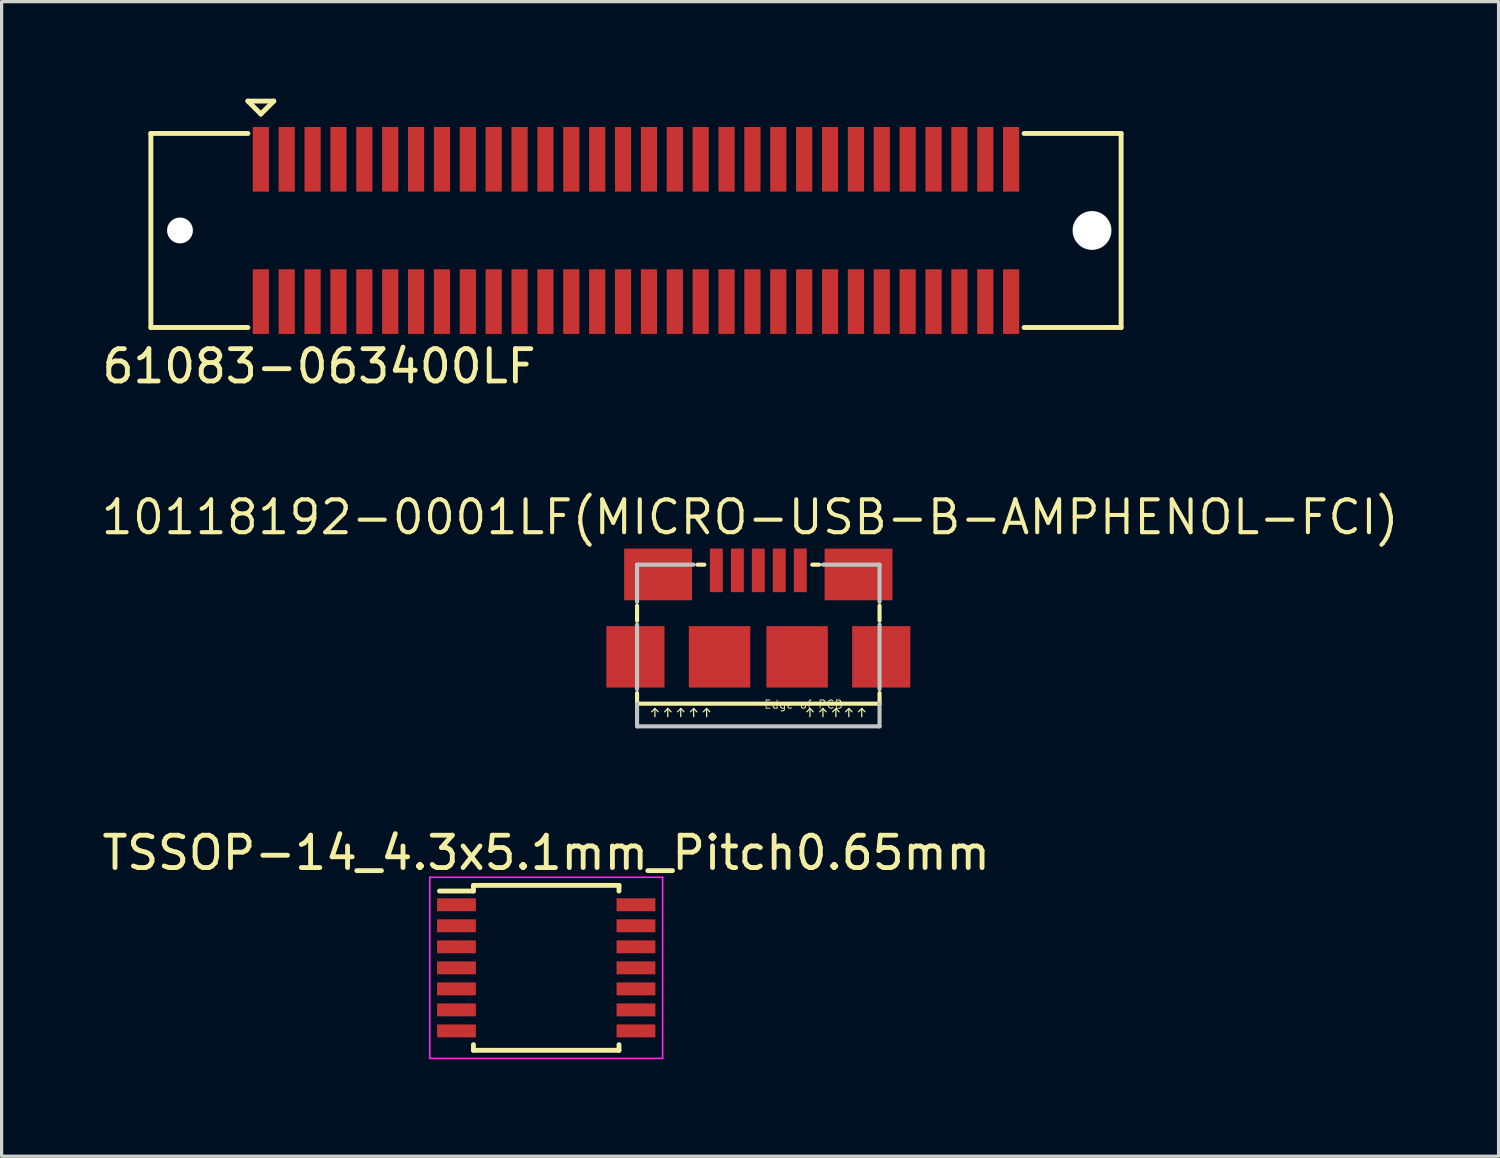
<source format=kicad_pcb>
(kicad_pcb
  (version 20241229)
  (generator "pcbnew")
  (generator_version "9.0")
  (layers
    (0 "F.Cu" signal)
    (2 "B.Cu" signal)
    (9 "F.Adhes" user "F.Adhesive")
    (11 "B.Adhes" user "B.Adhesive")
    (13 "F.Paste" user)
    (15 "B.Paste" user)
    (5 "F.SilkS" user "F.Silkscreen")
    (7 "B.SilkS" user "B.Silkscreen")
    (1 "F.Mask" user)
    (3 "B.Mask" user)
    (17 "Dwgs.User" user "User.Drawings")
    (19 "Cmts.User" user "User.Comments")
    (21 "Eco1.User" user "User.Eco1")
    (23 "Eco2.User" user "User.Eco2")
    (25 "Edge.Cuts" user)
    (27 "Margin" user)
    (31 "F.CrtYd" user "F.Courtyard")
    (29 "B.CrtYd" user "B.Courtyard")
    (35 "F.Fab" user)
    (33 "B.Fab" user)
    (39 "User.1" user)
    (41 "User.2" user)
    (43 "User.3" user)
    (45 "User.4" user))
  (footprint "TSSOP-14_4.3x5.1mm_Pitch0.65mm"
    (layer "F.Cu")
    (at 13.839 26.876)
    (property "Reference" "TSSOP-14_4.3x5.1mm_Pitch0.65mm" (at 0 -3.556 0) (layer "F.SilkS") (effects (font (size 1 1) (thickness 0.15))))
    (attr smd)
    (fp_line (start -2.25 -2.55) (end -2.25 -2.375) (stroke (width 0.15) (type solid)) (layer "F.SilkS"))
    (fp_line (start -2.25 -2.55) (end 2.25 -2.55) (stroke (width 0.15) (type solid)) (layer "F.SilkS"))
    (fp_line (start -2.25 -2.375) (end -3.3 -2.375) (stroke (width 0.15) (type solid)) (layer "F.SilkS"))
    (fp_line (start -2.25 2.55) (end -2.25 2.375) (stroke (width 0.15) (type solid)) (layer "F.SilkS"))
    (fp_line (start -2.25 2.55) (end 2.25 2.55) (stroke (width 0.15) (type solid)) (layer "F.SilkS"))
    (fp_line (start 2.25 -2.55) (end 2.25 -2.375) (stroke (width 0.15) (type solid)) (layer "F.SilkS"))
    (fp_line (start 2.25 2.55) (end 2.25 2.375) (stroke (width 0.15) (type solid)) (layer "F.SilkS"))
    (fp_line (start -3.6 -2.8) (end -3.6 2.8) (stroke (width 0.05) (type solid)) (layer "F.CrtYd"))
    (fp_line (start -3.6 -2.8) (end 3.6 -2.8) (stroke (width 0.05) (type solid)) (layer "F.CrtYd"))
    (fp_line (start -3.6 2.8) (end 3.6 2.8) (stroke (width 0.05) (type solid)) (layer "F.CrtYd"))
    (fp_line (start 3.6 -2.8) (end 3.6 2.8) (stroke (width 0.05) (type solid)) (layer "F.CrtYd"))
    (pad "1" smd rect (at -2.775 -1.95) (size 1.2 0.4) (layers "F.Cu" "F.Mask" "F.Paste"))
    (pad "2" smd rect (at -2.775 -1.3) (size 1.2 0.4) (layers "F.Cu" "F.Mask" "F.Paste"))
    (pad "3" smd rect (at -2.775 -0.65) (size 1.2 0.4) (layers "F.Cu" "F.Mask" "F.Paste"))
    (pad "4" smd rect (at -2.775 0) (size 1.2 0.4) (layers "F.Cu" "F.Mask" "F.Paste"))
    (pad "5" smd rect (at -2.775 0.65) (size 1.2 0.4) (layers "F.Cu" "F.Mask" "F.Paste"))
    (pad "6" smd rect (at -2.775 1.3) (size 1.2 0.4) (layers "F.Cu" "F.Mask" "F.Paste"))
    (pad "7" smd rect (at -2.775 1.95) (size 1.2 0.4) (layers "F.Cu" "F.Mask" "F.Paste"))
    (pad "8" smd rect (at 2.775 1.95) (size 1.2 0.4) (layers "F.Cu" "F.Mask" "F.Paste"))
    (pad "9" smd rect (at 2.775 1.3) (size 1.2 0.4) (layers "F.Cu" "F.Mask" "F.Paste"))
    (pad "10" smd rect (at 2.775 0.65) (size 1.2 0.4) (layers "F.Cu" "F.Mask" "F.Paste"))
    (pad "11" smd rect (at 2.775 0) (size 1.2 0.4) (layers "F.Cu" "F.Mask" "F.Paste"))
    (pad "12" smd rect (at 2.775 -0.65) (size 1.2 0.4) (layers "F.Cu" "F.Mask" "F.Paste"))
    (pad "13" smd rect (at 2.775 -1.3) (size 1.2 0.4) (layers "F.Cu" "F.Mask" "F.Paste"))
    (pad "14" smd rect (at 2.775 -1.95) (size 1.2 0.4) (layers "F.Cu" "F.Mask" "F.Paste")))
  (footprint "10118192-0001LF(MICRO-USB-B-AMPHENOL-FCI)"
    (layer "F.Cu")
    (at 20.397 17.26)
    (property "Reference" "10118192-0001LF(MICRO-USB-B-AMPHENOL-FCI)" (at -0.254 -4.318 0) (layer "F.SilkS") (effects (font (size 1.016 1.016) (thickness 0.127))))
    (attr smd)
    (fp_line (start -3.749 -1.118) (end -3.749 -1.58) (stroke (width 0.127) (type solid)) (layer "F.SilkS"))
    (fp_line (start -3.749 1.448) (end -3.749 1.118) (stroke (width 0.127) (type solid)) (layer "F.SilkS"))
    (fp_line (start -3.749 1.448) (end 3.749 1.448) (stroke (width 0.127) (type solid)) (layer "F.SilkS"))
    (fp_line (start -3.198 1.598) (end -3.299 1.699) (stroke (width 0.038) (type solid)) (layer "F.SilkS"))
    (fp_line (start -3.198 1.598) (end -3.099 1.699) (stroke (width 0.038) (type solid)) (layer "F.SilkS"))
    (fp_line (start -3.198 1.849) (end -3.198 1.598) (stroke (width 0.038) (type solid)) (layer "F.SilkS"))
    (fp_line (start -2.799 1.598) (end -2.898 1.699) (stroke (width 0.038) (type solid)) (layer "F.SilkS"))
    (fp_line (start -2.799 1.598) (end -2.697 1.699) (stroke (width 0.038) (type solid)) (layer "F.SilkS"))
    (fp_line (start -2.799 1.849) (end -2.799 1.598) (stroke (width 0.038) (type solid)) (layer "F.SilkS"))
    (fp_line (start -2.398 1.598) (end -2.499 1.699) (stroke (width 0.038) (type solid)) (layer "F.SilkS"))
    (fp_line (start -2.398 1.598) (end -2.299 1.699) (stroke (width 0.038) (type solid)) (layer "F.SilkS"))
    (fp_line (start -2.398 1.849) (end -2.398 1.598) (stroke (width 0.038) (type solid)) (layer "F.SilkS"))
    (fp_line (start -1.999 1.598) (end -2.098 1.699) (stroke (width 0.038) (type solid)) (layer "F.SilkS"))
    (fp_line (start -1.999 1.598) (end -1.9 1.699) (stroke (width 0.038) (type solid)) (layer "F.SilkS"))
    (fp_line (start -1.999 1.849) (end -1.999 1.598) (stroke (width 0.038) (type solid)) (layer "F.SilkS"))
    (fp_line (start -1.88 -2.85) (end -1.669 -2.85) (stroke (width 0.127) (type solid)) (layer "F.SilkS"))
    (fp_line (start -1.598 1.598) (end -1.699 1.699) (stroke (width 0.038) (type solid)) (layer "F.SilkS"))
    (fp_line (start -1.598 1.598) (end -1.499 1.699) (stroke (width 0.038) (type solid)) (layer "F.SilkS"))
    (fp_line (start -1.598 1.849) (end -1.598 1.598) (stroke (width 0.038) (type solid)) (layer "F.SilkS"))
    (fp_line (start 1.598 1.598) (end 1.499 1.699) (stroke (width 0.038) (type solid)) (layer "F.SilkS"))
    (fp_line (start 1.598 1.598) (end 1.699 1.699) (stroke (width 0.038) (type solid)) (layer "F.SilkS"))
    (fp_line (start 1.598 1.849) (end 1.598 1.598) (stroke (width 0.038) (type solid)) (layer "F.SilkS"))
    (fp_line (start 1.669 -2.85) (end 1.88 -2.85) (stroke (width 0.127) (type solid)) (layer "F.SilkS"))
    (fp_line (start 1.999 1.598) (end 1.9 1.699) (stroke (width 0.038) (type solid)) (layer "F.SilkS"))
    (fp_line (start 1.999 1.598) (end 2.098 1.699) (stroke (width 0.038) (type solid)) (layer "F.SilkS"))
    (fp_line (start 1.999 1.849) (end 1.999 1.598) (stroke (width 0.038) (type solid)) (layer "F.SilkS"))
    (fp_line (start 2.398 1.598) (end 2.299 1.699) (stroke (width 0.038) (type solid)) (layer "F.SilkS"))
    (fp_line (start 2.398 1.598) (end 2.499 1.699) (stroke (width 0.038) (type solid)) (layer "F.SilkS"))
    (fp_line (start 2.398 1.849) (end 2.398 1.598) (stroke (width 0.038) (type solid)) (layer "F.SilkS"))
    (fp_line (start 2.799 1.598) (end 2.697 1.699) (stroke (width 0.038) (type solid)) (layer "F.SilkS"))
    (fp_line (start 2.799 1.598) (end 2.898 1.699) (stroke (width 0.038) (type solid)) (layer "F.SilkS"))
    (fp_line (start 2.799 1.849) (end 2.799 1.598) (stroke (width 0.038) (type solid)) (layer "F.SilkS"))
    (fp_line (start 3.198 1.598) (end 3.099 1.699) (stroke (width 0.038) (type solid)) (layer "F.SilkS"))
    (fp_line (start 3.198 1.598) (end 3.299 1.699) (stroke (width 0.038) (type solid)) (layer "F.SilkS"))
    (fp_line (start 3.198 1.849) (end 3.198 1.598) (stroke (width 0.038) (type solid)) (layer "F.SilkS"))
    (fp_line (start 3.749 -1.118) (end 3.749 -1.58) (stroke (width 0.127) (type solid)) (layer "F.SilkS"))
    (fp_line (start 3.749 1.448) (end 3.749 1.118) (stroke (width 0.127) (type solid)) (layer "F.SilkS"))
    (fp_line (start -3.749 -2.85) (end -3.749 -1.699) (stroke (width 0.127) (type solid)) (layer "Dwgs.User"))
    (fp_line (start -3.749 -0.998) (end -3.749 0.998) (stroke (width 0.127) (type solid)) (layer "Dwgs.User"))
    (fp_line (start -3.749 1.448) (end -3.749 2.149) (stroke (width 0.127) (type solid)) (layer "Dwgs.User"))
    (fp_line (start -3.749 2.149) (end 3.749 2.149) (stroke (width 0.127) (type solid)) (layer "Dwgs.User"))
    (fp_line (start -1.999 -2.85) (end -3.749 -2.85) (stroke (width 0.127) (type solid)) (layer "Dwgs.User"))
    (fp_line (start 1.999 -2.85) (end 3.749 -2.85) (stroke (width 0.127) (type solid)) (layer "Dwgs.User"))
    (fp_line (start 3.749 -2.85) (end 3.749 -1.699) (stroke (width 0.127) (type solid)) (layer "Dwgs.User"))
    (fp_line (start 3.749 -0.998) (end 3.749 0.998) (stroke (width 0.127) (type solid)) (layer "Dwgs.User"))
    (fp_line (start 3.749 2.149) (end 3.749 1.448) (stroke (width 0.127) (type solid)) (layer "Dwgs.User"))
    (fp_text user "Edge of PCB" (at 1.397 1.471 0) (layer "F.SilkS") (effects (font (size 0.254 0.254) (thickness 0.025))))
    (pad "1" smd rect (at -1.298 -2.675) (size 0.399 1.349) (layers "F.Cu" "F.Mask" "F.Paste"))
    (pad "2" smd rect (at -0.648 -2.675) (size 0.399 1.349) (layers "F.Cu" "F.Mask" "F.Paste"))
    (pad "3" smd rect (at 0 -2.675) (size 0.399 1.349) (layers "F.Cu" "F.Mask" "F.Paste"))
    (pad "4" smd rect (at 0.648 -2.675) (size 0.399 1.349) (layers "F.Cu" "F.Mask" "F.Paste"))
    (pad "5" smd rect (at 1.298 -2.675) (size 0.399 1.349) (layers "F.Cu" "F.Mask" "F.Paste"))
    (pad "6" smd rect (at -3.8 0) (size 1.798 1.9) (layers "F.Cu" "F.Mask" "F.Paste"))
    (pad "6" smd rect (at -3.099 -2.548) (size 2.098 1.598) (layers "F.Cu" "F.Mask" "F.Paste"))
    (pad "6" smd rect (at -1.199 0) (size 1.9 1.9) (layers "F.Cu" "F.Mask" "F.Paste"))
    (pad "6" smd rect (at 1.199 0) (size 1.9 1.9) (layers "F.Cu" "F.Mask" "F.Paste"))
    (pad "6" smd rect (at 3.099 -2.548) (size 2.098 1.598) (layers "F.Cu" "F.Mask" "F.Paste"))
    (pad "6" smd rect (at 3.8 0) (size 1.798 1.9) (layers "F.Cu" "F.Mask" "F.Paste")))
  (footprint "61083-063400LF"
    (layer "F.Cu")
    (at 16.615 4.076)
    (property "Reference" "61083-063400LF" (at -9.8 4.2 0) (layer "F.SilkS") (effects (font (size 1 1) (thickness 0.15))))
    (attr through_hole)
    (fp_line (start -15 -3) (end -15 3) (stroke (width 0.152) (type solid)) (layer "F.SilkS"))
    (fp_line (start -15 -3) (end -12 -3) (stroke (width 0.152) (type solid)) (layer "F.SilkS"))
    (fp_line (start -15 3) (end -12 3) (stroke (width 0.152) (type solid)) (layer "F.SilkS"))
    (fp_line (start -12 -4) (end -11.6 -3.6) (stroke (width 0.152) (type solid)) (layer "F.SilkS"))
    (fp_line (start -11.6 -3.6) (end -11.2 -4) (stroke (width 0.152) (type solid)) (layer "F.SilkS"))
    (fp_line (start -11.2 -4) (end -12 -4) (stroke (width 0.152) (type solid)) (layer "F.SilkS"))
    (fp_line (start 15 -3) (end 12 -3) (stroke (width 0.152) (type solid)) (layer "F.SilkS"))
    (fp_line (start 15 -3) (end 15 3) (stroke (width 0.152) (type solid)) (layer "F.SilkS"))
    (fp_line (start 15 3) (end 12 3) (stroke (width 0.152) (type solid)) (layer "F.SilkS"))
    (pad "" np_thru_hole circle (at -14.1 0) (size 0.8 0.8) (drill 0.8) (layers "*.Cu" "*.Mask"))
    (pad "" np_thru_hole circle (at 14.1 0) (size 1.2 1.2) (drill 1.2) (layers "*.Cu" "*.Mask"))
    (pad "1" smd rect (at -11.6 -2.2) (size 0.5 2) (layers "F.Cu" "F.Mask" "F.Paste"))
    (pad "2" smd rect (at -11.6 2.2) (size 0.5 2) (layers "F.Cu" "F.Mask" "F.Paste"))
    (pad "3" smd rect (at -10.8 -2.2) (size 0.5 2) (layers "F.Cu" "F.Mask" "F.Paste"))
    (pad "4" smd rect (at -10.8 2.2) (size 0.5 2) (layers "F.Cu" "F.Mask" "F.Paste"))
    (pad "5" smd rect (at -10 -2.2) (size 0.5 2) (layers "F.Cu" "F.Mask" "F.Paste"))
    (pad "6" smd rect (at -10 2.2) (size 0.5 2) (layers "F.Cu" "F.Mask" "F.Paste"))
    (pad "7" smd rect (at -9.2 -2.2) (size 0.5 2) (layers "F.Cu" "F.Mask" "F.Paste"))
    (pad "8" smd rect (at -9.2 2.2) (size 0.5 2) (layers "F.Cu" "F.Mask" "F.Paste"))
    (pad "9" smd rect (at -8.4 -2.2) (size 0.5 2) (layers "F.Cu" "F.Mask" "F.Paste"))
    (pad "10" smd rect (at -8.4 2.2) (size 0.5 2) (layers "F.Cu" "F.Mask" "F.Paste"))
    (pad "11" smd rect (at -7.6 -2.2) (size 0.5 2) (layers "F.Cu" "F.Mask" "F.Paste"))
    (pad "12" smd rect (at -7.6 2.2) (size 0.5 2) (layers "F.Cu" "F.Mask" "F.Paste"))
    (pad "13" smd rect (at -6.8 -2.2) (size 0.5 2) (layers "F.Cu" "F.Mask" "F.Paste"))
    (pad "14" smd rect (at -6.8 2.2) (size 0.5 2) (layers "F.Cu" "F.Mask" "F.Paste"))
    (pad "15" smd rect (at -6 -2.2) (size 0.5 2) (layers "F.Cu" "F.Mask" "F.Paste"))
    (pad "16" smd rect (at -6 2.2) (size 0.5 2) (layers "F.Cu" "F.Mask" "F.Paste"))
    (pad "17" smd rect (at -5.2 -2.2) (size 0.5 2) (layers "F.Cu" "F.Mask" "F.Paste"))
    (pad "18" smd rect (at -5.2 2.2) (size 0.5 2) (layers "F.Cu" "F.Mask" "F.Paste"))
    (pad "19" smd rect (at -4.4 -2.2) (size 0.5 2) (layers "F.Cu" "F.Mask" "F.Paste"))
    (pad "20" smd rect (at -4.4 2.2) (size 0.5 2) (layers "F.Cu" "F.Mask" "F.Paste"))
    (pad "21" smd rect (at -3.6 -2.2) (size 0.5 2) (layers "F.Cu" "F.Mask" "F.Paste"))
    (pad "22" smd rect (at -3.6 2.2) (size 0.5 2) (layers "F.Cu" "F.Mask" "F.Paste"))
    (pad "23" smd rect (at -2.8 -2.2) (size 0.5 2) (layers "F.Cu" "F.Mask" "F.Paste"))
    (pad "24" smd rect (at -2.8 2.2) (size 0.5 2) (layers "F.Cu" "F.Mask" "F.Paste"))
    (pad "25" smd rect (at -2 -2.2) (size 0.5 2) (layers "F.Cu" "F.Mask" "F.Paste"))
    (pad "26" smd rect (at -2 2.2) (size 0.5 2) (layers "F.Cu" "F.Mask" "F.Paste"))
    (pad "27" smd rect (at -1.2 -2.2) (size 0.5 2) (layers "F.Cu" "F.Mask" "F.Paste"))
    (pad "28" smd rect (at -1.2 2.2) (size 0.5 2) (layers "F.Cu" "F.Mask" "F.Paste"))
    (pad "29" smd rect (at -0.4 -2.2) (size 0.5 2) (layers "F.Cu" "F.Mask" "F.Paste"))
    (pad "30" smd rect (at -0.4 2.2) (size 0.5 2) (layers "F.Cu" "F.Mask" "F.Paste"))
    (pad "31" smd rect (at 0.4 -2.2) (size 0.5 2) (layers "F.Cu" "F.Mask" "F.Paste"))
    (pad "32" smd rect (at 0.4 2.2) (size 0.5 2) (layers "F.Cu" "F.Mask" "F.Paste"))
    (pad "33" smd rect (at 1.2 -2.2) (size 0.5 2) (layers "F.Cu" "F.Mask" "F.Paste"))
    (pad "34" smd rect (at 1.2 2.2) (size 0.5 2) (layers "F.Cu" "F.Mask" "F.Paste"))
    (pad "35" smd rect (at 2 -2.2) (size 0.5 2) (layers "F.Cu" "F.Mask" "F.Paste"))
    (pad "36" smd rect (at 2 2.2) (size 0.5 2) (layers "F.Cu" "F.Mask" "F.Paste"))
    (pad "37" smd rect (at 2.8 -2.2) (size 0.5 2) (layers "F.Cu" "F.Mask" "F.Paste"))
    (pad "38" smd rect (at 2.8 2.2) (size 0.5 2) (layers "F.Cu" "F.Mask" "F.Paste"))
    (pad "39" smd rect (at 3.6 -2.2) (size 0.5 2) (layers "F.Cu" "F.Mask" "F.Paste"))
    (pad "40" smd rect (at 3.6 2.2) (size 0.5 2) (layers "F.Cu" "F.Mask" "F.Paste"))
    (pad "41" smd rect (at 4.4 -2.2) (size 0.5 2) (layers "F.Cu" "F.Mask" "F.Paste"))
    (pad "42" smd rect (at 4.4 2.2) (size 0.5 2) (layers "F.Cu" "F.Mask" "F.Paste"))
    (pad "43" smd rect (at 5.2 -2.2) (size 0.5 2) (layers "F.Cu" "F.Mask" "F.Paste"))
    (pad "44" smd rect (at 5.2 2.2) (size 0.5 2) (layers "F.Cu" "F.Mask" "F.Paste"))
    (pad "45" smd rect (at 6 -2.2) (size 0.5 2) (layers "F.Cu" "F.Mask" "F.Paste"))
    (pad "46" smd rect (at 6 2.2) (size 0.5 2) (layers "F.Cu" "F.Mask" "F.Paste"))
    (pad "47" smd rect (at 6.8 -2.2) (size 0.5 2) (layers "F.Cu" "F.Mask" "F.Paste"))
    (pad "48" smd rect (at 6.8 2.2) (size 0.5 2) (layers "F.Cu" "F.Mask" "F.Paste"))
    (pad "49" smd rect (at 7.6 -2.2) (size 0.5 2) (layers "F.Cu" "F.Mask" "F.Paste"))
    (pad "50" smd rect (at 7.6 2.2) (size 0.5 2) (layers "F.Cu" "F.Mask" "F.Paste"))
    (pad "51" smd rect (at 8.4 -2.2) (size 0.5 2) (layers "F.Cu" "F.Mask" "F.Paste"))
    (pad "52" smd rect (at 8.4 2.2) (size 0.5 2) (layers "F.Cu" "F.Mask" "F.Paste"))
    (pad "53" smd rect (at 9.2 -2.2) (size 0.5 2) (layers "F.Cu" "F.Mask" "F.Paste"))
    (pad "54" smd rect (at 9.2 2.2) (size 0.5 2) (layers "F.Cu" "F.Mask" "F.Paste"))
    (pad "55" smd rect (at 10 -2.2) (size 0.5 2) (layers "F.Cu" "F.Mask" "F.Paste"))
    (pad "56" smd rect (at 10 2.2) (size 0.5 2) (layers "F.Cu" "F.Mask" "F.Paste"))
    (pad "57" smd rect (at 10.8 -2.2) (size 0.5 2) (layers "F.Cu" "F.Mask" "F.Paste"))
    (pad "58" smd rect (at 10.8 2.2) (size 0.5 2) (layers "F.Cu" "F.Mask" "F.Paste"))
    (pad "59" smd rect (at 11.6 -2.2) (size 0.5 2) (layers "F.Cu" "F.Mask" "F.Paste"))
    (pad "60" smd rect (at 11.6 2.2) (size 0.5 2) (layers "F.Cu" "F.Mask" "F.Paste")))
  (gr_rect
    (start -3 -3)
    (end 43.286 32.701)
    (stroke (width 0.1) (type default))
    (fill no)
    (layer "Edge.Cuts")))
</source>
